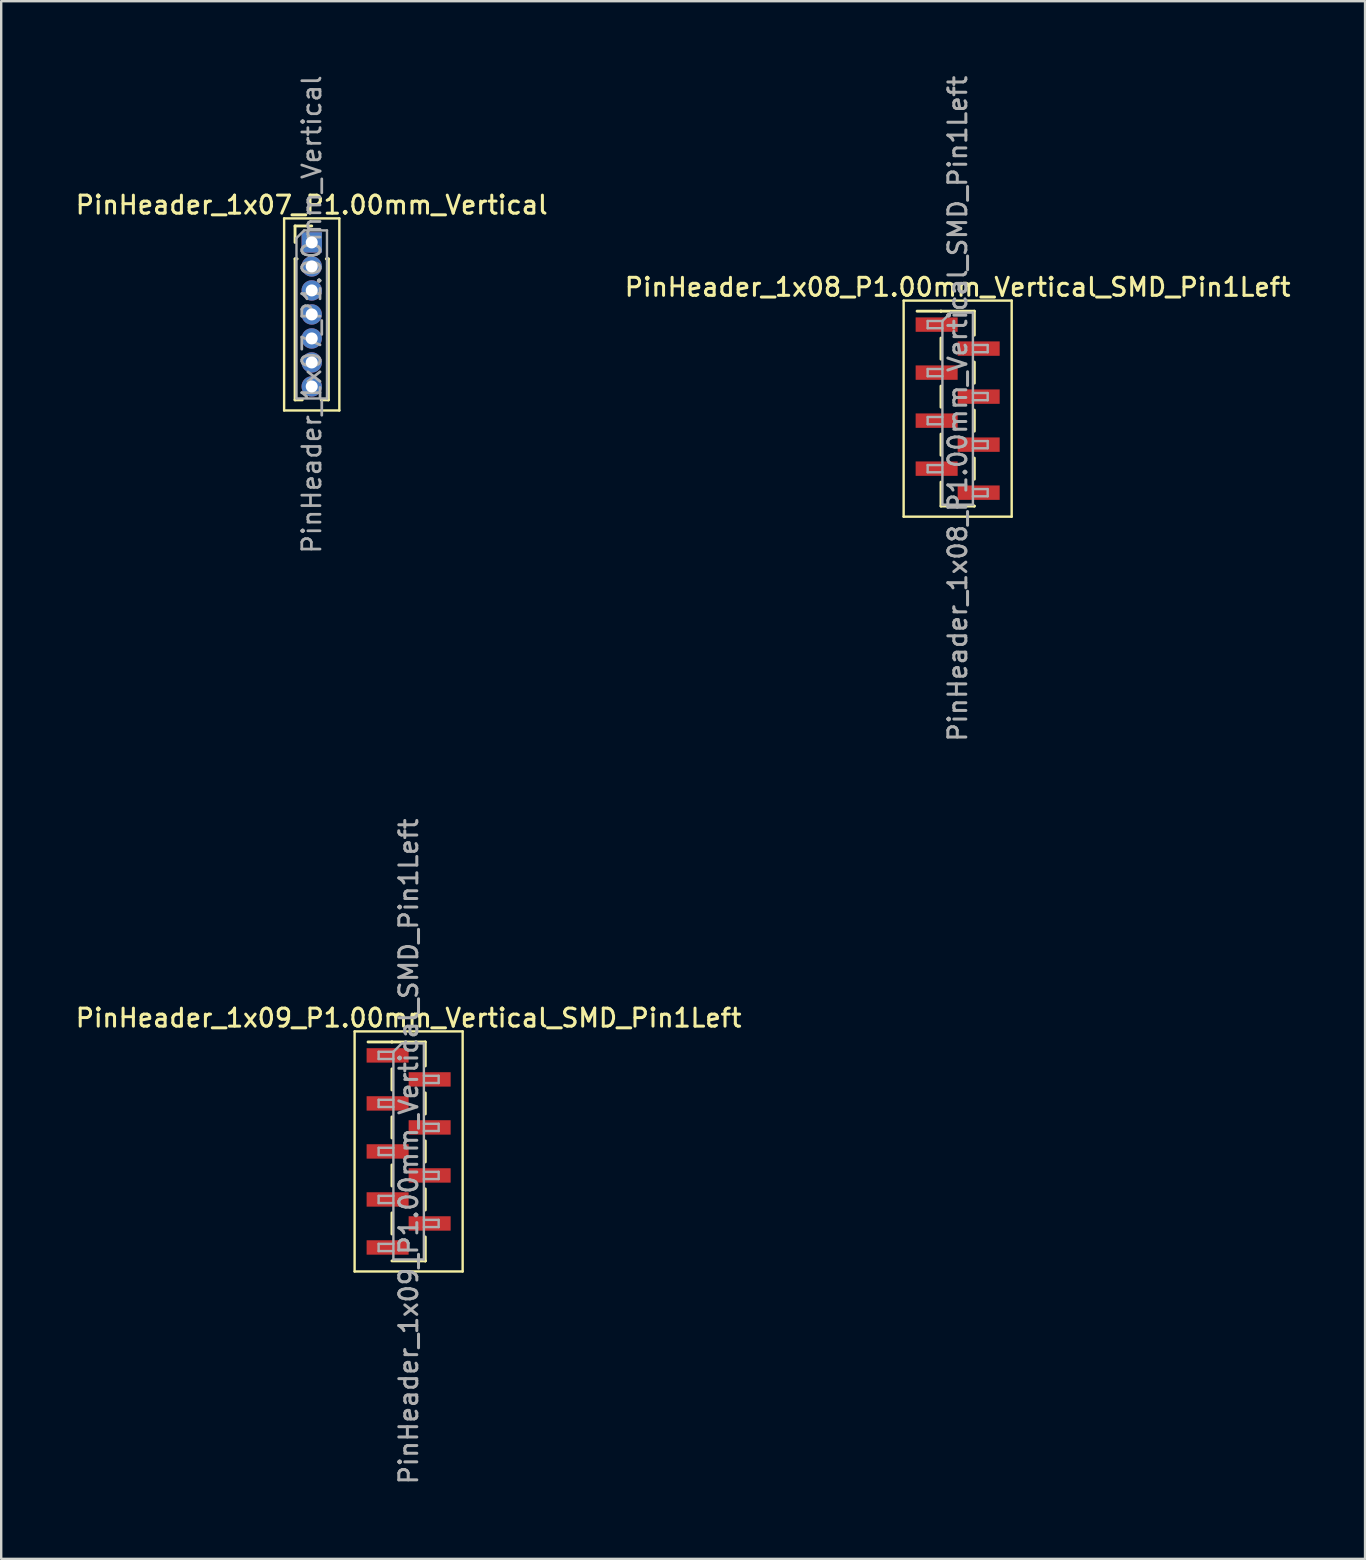
<source format=kicad_pcb>
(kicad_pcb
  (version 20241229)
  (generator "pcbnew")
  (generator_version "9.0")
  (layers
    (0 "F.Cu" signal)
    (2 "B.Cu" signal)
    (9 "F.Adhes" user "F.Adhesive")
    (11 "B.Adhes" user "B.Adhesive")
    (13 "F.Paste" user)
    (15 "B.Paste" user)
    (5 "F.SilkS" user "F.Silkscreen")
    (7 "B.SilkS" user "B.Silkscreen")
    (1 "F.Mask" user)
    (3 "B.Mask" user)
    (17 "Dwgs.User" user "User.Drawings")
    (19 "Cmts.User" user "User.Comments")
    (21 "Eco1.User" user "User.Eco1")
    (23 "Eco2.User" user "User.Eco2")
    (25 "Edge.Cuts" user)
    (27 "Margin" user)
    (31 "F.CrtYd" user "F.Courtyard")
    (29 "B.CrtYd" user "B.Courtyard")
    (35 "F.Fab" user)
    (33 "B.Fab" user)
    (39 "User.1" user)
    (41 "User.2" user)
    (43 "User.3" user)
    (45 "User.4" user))
  (footprint "PinHeader_1x09_P1.00mm_Vertical_SMD_Pin1Left"
    (layer "F.Cu")
    (at 13.97 44.909)
    (property "Reference" "PinHeader_1x09_P1.00mm_Vertical_SMD_Pin1Left" (at 0 -5.56 0) (layer "F.SilkS") (effects (font (size 0.75 0.75) (thickness 0.125))))
    (attr smd)
    (fp_line (start -2.25 -5) (end -2.25 5) (stroke (width 0.1) (type solid)) (layer "F.SilkS"))
    (fp_line (start -2.25 5) (end 2.25 5) (stroke (width 0.1) (type solid)) (layer "F.SilkS"))
    (fp_line (start -0.695 -4.56) (end -1.69 -4.56) (stroke (width 0.12) (type solid)) (layer "F.SilkS"))
    (fp_line (start -0.695 -4.56) (end -0.695 -4.56) (stroke (width 0.12) (type solid)) (layer "F.SilkS"))
    (fp_line (start -0.695 -4.56) (end 0.695 -4.56) (stroke (width 0.12) (type solid)) (layer "F.SilkS"))
    (fp_line (start -0.695 -3.44) (end -0.695 -2.56) (stroke (width 0.12) (type solid)) (layer "F.SilkS"))
    (fp_line (start -0.695 -1.44) (end -0.695 -0.56) (stroke (width 0.12) (type solid)) (layer "F.SilkS"))
    (fp_line (start -0.695 0.56) (end -0.695 1.44) (stroke (width 0.12) (type solid)) (layer "F.SilkS"))
    (fp_line (start -0.695 2.56) (end -0.695 3.44) (stroke (width 0.12) (type solid)) (layer "F.SilkS"))
    (fp_line (start -0.695 4.56) (end 0.695 4.56) (stroke (width 0.12) (type solid)) (layer "F.SilkS"))
    (fp_line (start 0.695 -4.56) (end 0.695 -3.56) (stroke (width 0.12) (type solid)) (layer "F.SilkS"))
    (fp_line (start 0.695 -2.44) (end 0.695 -1.56) (stroke (width 0.12) (type solid)) (layer "F.SilkS"))
    (fp_line (start 0.695 -0.44) (end 0.695 0.44) (stroke (width 0.12) (type solid)) (layer "F.SilkS"))
    (fp_line (start 0.695 1.56) (end 0.695 2.44) (stroke (width 0.12) (type solid)) (layer "F.SilkS"))
    (fp_line (start 0.695 3.56) (end 0.695 4.56) (stroke (width 0.12) (type solid)) (layer "F.SilkS"))
    (fp_line (start 0.695 4.56) (end 0.695 4.56) (stroke (width 0.12) (type solid)) (layer "F.SilkS"))
    (fp_line (start 2.25 -5) (end -2.25 -5) (stroke (width 0.1) (type solid)) (layer "F.SilkS"))
    (fp_line (start 2.25 5) (end 2.25 -5) (stroke (width 0.1) (type solid)) (layer "F.SilkS"))
    (fp_line (start -1.25 -4.15) (end -1.25 -3.85) (stroke (width 0.1) (type solid)) (layer "F.Fab"))
    (fp_line (start -1.25 -3.85) (end -0.635 -3.85) (stroke (width 0.1) (type solid)) (layer "F.Fab"))
    (fp_line (start -1.25 -2.15) (end -1.25 -1.85) (stroke (width 0.1) (type solid)) (layer "F.Fab"))
    (fp_line (start -1.25 -1.85) (end -0.635 -1.85) (stroke (width 0.1) (type solid)) (layer "F.Fab"))
    (fp_line (start -1.25 -0.15) (end -1.25 0.15) (stroke (width 0.1) (type solid)) (layer "F.Fab"))
    (fp_line (start -1.25 0.15) (end -0.635 0.15) (stroke (width 0.1) (type solid)) (layer "F.Fab"))
    (fp_line (start -1.25 1.85) (end -1.25 2.15) (stroke (width 0.1) (type solid)) (layer "F.Fab"))
    (fp_line (start -1.25 2.15) (end -0.635 2.15) (stroke (width 0.1) (type solid)) (layer "F.Fab"))
    (fp_line (start -1.25 3.85) (end -1.25 4.15) (stroke (width 0.1) (type solid)) (layer "F.Fab"))
    (fp_line (start -1.25 4.15) (end -0.635 4.15) (stroke (width 0.1) (type solid)) (layer "F.Fab"))
    (fp_line (start -0.635 -4.15) (end -1.25 -4.15) (stroke (width 0.1) (type solid)) (layer "F.Fab"))
    (fp_line (start -0.635 -4.15) (end -0.285 -4.5) (stroke (width 0.1) (type solid)) (layer "F.Fab"))
    (fp_line (start -0.635 -2.15) (end -1.25 -2.15) (stroke (width 0.1) (type solid)) (layer "F.Fab"))
    (fp_line (start -0.635 -0.15) (end -1.25 -0.15) (stroke (width 0.1) (type solid)) (layer "F.Fab"))
    (fp_line (start -0.635 1.85) (end -1.25 1.85) (stroke (width 0.1) (type solid)) (layer "F.Fab"))
    (fp_line (start -0.635 3.85) (end -1.25 3.85) (stroke (width 0.1) (type solid)) (layer "F.Fab"))
    (fp_line (start -0.635 4.5) (end -0.635 -4.15) (stroke (width 0.1) (type solid)) (layer "F.Fab"))
    (fp_line (start -0.285 -4.5) (end 0.635 -4.5) (stroke (width 0.1) (type solid)) (layer "F.Fab"))
    (fp_line (start 0.635 -4.5) (end 0.635 4.5) (stroke (width 0.1) (type solid)) (layer "F.Fab"))
    (fp_line (start 0.635 -3.15) (end 1.25 -3.15) (stroke (width 0.1) (type solid)) (layer "F.Fab"))
    (fp_line (start 0.635 -1.15) (end 1.25 -1.15) (stroke (width 0.1) (type solid)) (layer "F.Fab"))
    (fp_line (start 0.635 0.85) (end 1.25 0.85) (stroke (width 0.1) (type solid)) (layer "F.Fab"))
    (fp_line (start 0.635 2.85) (end 1.25 2.85) (stroke (width 0.1) (type solid)) (layer "F.Fab"))
    (fp_line (start 0.635 4.5) (end -0.635 4.5) (stroke (width 0.1) (type solid)) (layer "F.Fab"))
    (fp_line (start 1.25 -3.15) (end 1.25 -2.85) (stroke (width 0.1) (type solid)) (layer "F.Fab"))
    (fp_line (start 1.25 -2.85) (end 0.635 -2.85) (stroke (width 0.1) (type solid)) (layer "F.Fab"))
    (fp_line (start 1.25 -1.15) (end 1.25 -0.85) (stroke (width 0.1) (type solid)) (layer "F.Fab"))
    (fp_line (start 1.25 -0.85) (end 0.635 -0.85) (stroke (width 0.1) (type solid)) (layer "F.Fab"))
    (fp_line (start 1.25 0.85) (end 1.25 1.15) (stroke (width 0.1) (type solid)) (layer "F.Fab"))
    (fp_line (start 1.25 1.15) (end 0.635 1.15) (stroke (width 0.1) (type solid)) (layer "F.Fab"))
    (fp_line (start 1.25 2.85) (end 1.25 3.15) (stroke (width 0.1) (type solid)) (layer "F.Fab"))
    (fp_line (start 1.25 3.15) (end 0.635 3.15) (stroke (width 0.1) (type solid)) (layer "F.Fab"))
    (fp_text user "${REFERENCE}" (at 0 0 90) (layer "F.Fab") (effects (font (size 0.75 0.75) (thickness 0.125))))
    (pad "1" smd rect (at -0.875 -4) (size 1.75 0.6) (layers "F.Cu" "F.Mask" "F.Paste"))
    (pad "2" smd rect (at 0.875 -3) (size 1.75 0.6) (layers "F.Cu" "F.Mask" "F.Paste"))
    (pad "3" smd rect (at -0.875 -2) (size 1.75 0.6) (layers "F.Cu" "F.Mask" "F.Paste"))
    (pad "4" smd rect (at 0.875 -1) (size 1.75 0.6) (layers "F.Cu" "F.Mask" "F.Paste"))
    (pad "5" smd rect (at -0.875 0) (size 1.75 0.6) (layers "F.Cu" "F.Mask" "F.Paste"))
    (pad "6" smd rect (at 0.875 1) (size 1.75 0.6) (layers "F.Cu" "F.Mask" "F.Paste"))
    (pad "7" smd rect (at -0.875 2) (size 1.75 0.6) (layers "F.Cu" "F.Mask" "F.Paste"))
    (pad "8" smd rect (at 0.875 3) (size 1.75 0.6) (layers "F.Cu" "F.Mask" "F.Paste"))
    (pad "9" smd rect (at -0.875 4) (size 1.75 0.6) (layers "F.Cu" "F.Mask" "F.Paste")))
  (footprint "PinHeader_1x07_P1.00mm_Vertical"
    (layer "F.Cu")
    (at 9.934 7.047)
    (property "Reference" "PinHeader_1x07_P1.00mm_Vertical" (at 0 -1.56 0) (layer "F.SilkS") (effects (font (size 0.75 0.75) (thickness 0.125))))
    (attr through_hole)
    (fp_line (start -1.15 -1) (end -1.15 7) (stroke (width 0.1) (type solid)) (layer "F.SilkS"))
    (fp_line (start -1.15 7) (end 1.15 7) (stroke (width 0.1) (type solid)) (layer "F.SilkS"))
    (fp_line (start -0.695 -0.685) (end 0 -0.685) (stroke (width 0.12) (type solid)) (layer "F.SilkS"))
    (fp_line (start -0.695 0) (end -0.695 -0.685) (stroke (width 0.12) (type solid)) (layer "F.SilkS"))
    (fp_line (start -0.695 0.685) (end -0.695 6.56) (stroke (width 0.12) (type solid)) (layer "F.SilkS"))
    (fp_line (start -0.695 0.685) (end -0.608 0.685) (stroke (width 0.12) (type solid)) (layer "F.SilkS"))
    (fp_line (start -0.695 6.56) (end -0.394 6.56) (stroke (width 0.12) (type solid)) (layer "F.SilkS"))
    (fp_line (start 0.394 6.56) (end 0.695 6.56) (stroke (width 0.12) (type solid)) (layer "F.SilkS"))
    (fp_line (start 0.608 0.685) (end 0.695 0.685) (stroke (width 0.12) (type solid)) (layer "F.SilkS"))
    (fp_line (start 0.695 0.685) (end 0.695 6.56) (stroke (width 0.12) (type solid)) (layer "F.SilkS"))
    (fp_line (start 1.15 -1) (end -1.15 -1) (stroke (width 0.1) (type solid)) (layer "F.SilkS"))
    (fp_line (start 1.15 7) (end 1.15 -1) (stroke (width 0.1) (type solid)) (layer "F.SilkS"))
    (fp_line (start -0.635 -0.182) (end -0.318 -0.5) (stroke (width 0.1) (type solid)) (layer "F.Fab"))
    (fp_line (start -0.635 6.5) (end -0.635 -0.182) (stroke (width 0.1) (type solid)) (layer "F.Fab"))
    (fp_line (start -0.318 -0.5) (end 0.635 -0.5) (stroke (width 0.1) (type solid)) (layer "F.Fab"))
    (fp_line (start 0.635 -0.5) (end 0.635 6.5) (stroke (width 0.1) (type solid)) (layer "F.Fab"))
    (fp_line (start 0.635 6.5) (end -0.635 6.5) (stroke (width 0.1) (type solid)) (layer "F.Fab"))
    (fp_text user "${REFERENCE}" (at 0 3 90) (layer "F.Fab") (effects (font (size 0.76 0.76) (thickness 0.114))))
    (pad "1" thru_hole rect (at 0 0) (size 0.85 0.85) (drill 0.5) (layers "*.Cu" "*.Mask"))
    (pad "2" thru_hole oval (at 0 1) (size 0.85 0.85) (drill 0.5) (layers "*.Cu" "*.Mask"))
    (pad "3" thru_hole oval (at 0 2) (size 0.85 0.85) (drill 0.5) (layers "*.Cu" "*.Mask"))
    (pad "4" thru_hole oval (at 0 3) (size 0.85 0.85) (drill 0.5) (layers "*.Cu" "*.Mask"))
    (pad "5" thru_hole oval (at 0 4) (size 0.85 0.85) (drill 0.5) (layers "*.Cu" "*.Mask"))
    (pad "6" thru_hole oval (at 0 5) (size 0.85 0.85) (drill 0.5) (layers "*.Cu" "*.Mask"))
    (pad "7" thru_hole oval (at 0 6) (size 0.85 0.85) (drill 0.5) (layers "*.Cu" "*.Mask")))
  (footprint "PinHeader_1x08_P1.00mm_Vertical_SMD_Pin1Left"
    (layer "F.Cu")
    (at 36.838 13.97)
    (property "Reference" "PinHeader_1x08_P1.00mm_Vertical_SMD_Pin1Left" (at 0 -5.06 0) (layer "F.SilkS") (effects (font (size 0.75 0.75) (thickness 0.125))))
    (attr smd)
    (fp_line (start -2.25 -4.5) (end -2.25 4.5) (stroke (width 0.1) (type solid)) (layer "F.SilkS"))
    (fp_line (start -2.25 4.5) (end 2.25 4.5) (stroke (width 0.1) (type solid)) (layer "F.SilkS"))
    (fp_line (start -0.695 -4.06) (end -1.69 -4.06) (stroke (width 0.12) (type solid)) (layer "F.SilkS"))
    (fp_line (start -0.695 -4.06) (end -0.695 -4.06) (stroke (width 0.12) (type solid)) (layer "F.SilkS"))
    (fp_line (start -0.695 -4.06) (end 0.695 -4.06) (stroke (width 0.12) (type solid)) (layer "F.SilkS"))
    (fp_line (start -0.695 -2.94) (end -0.695 -2.06) (stroke (width 0.12) (type solid)) (layer "F.SilkS"))
    (fp_line (start -0.695 -0.94) (end -0.695 -0.06) (stroke (width 0.12) (type solid)) (layer "F.SilkS"))
    (fp_line (start -0.695 1.06) (end -0.695 1.94) (stroke (width 0.12) (type solid)) (layer "F.SilkS"))
    (fp_line (start -0.695 3.06) (end -0.695 4.06) (stroke (width 0.12) (type solid)) (layer "F.SilkS"))
    (fp_line (start -0.695 4.06) (end 0.695 4.06) (stroke (width 0.12) (type solid)) (layer "F.SilkS"))
    (fp_line (start 0.695 -4.06) (end 0.695 -3.06) (stroke (width 0.12) (type solid)) (layer "F.SilkS"))
    (fp_line (start 0.695 -1.94) (end 0.695 -1.06) (stroke (width 0.12) (type solid)) (layer "F.SilkS"))
    (fp_line (start 0.695 0.06) (end 0.695 0.94) (stroke (width 0.12) (type solid)) (layer "F.SilkS"))
    (fp_line (start 0.695 2.06) (end 0.695 2.94) (stroke (width 0.12) (type solid)) (layer "F.SilkS"))
    (fp_line (start 0.695 4.06) (end 0.695 4.06) (stroke (width 0.12) (type solid)) (layer "F.SilkS"))
    (fp_line (start 2.25 -4.5) (end -2.25 -4.5) (stroke (width 0.1) (type solid)) (layer "F.SilkS"))
    (fp_line (start 2.25 4.5) (end 2.25 -4.5) (stroke (width 0.1) (type solid)) (layer "F.SilkS"))
    (fp_line (start -1.25 -3.65) (end -1.25 -3.35) (stroke (width 0.1) (type solid)) (layer "F.Fab"))
    (fp_line (start -1.25 -3.35) (end -0.635 -3.35) (stroke (width 0.1) (type solid)) (layer "F.Fab"))
    (fp_line (start -1.25 -1.65) (end -1.25 -1.35) (stroke (width 0.1) (type solid)) (layer "F.Fab"))
    (fp_line (start -1.25 -1.35) (end -0.635 -1.35) (stroke (width 0.1) (type solid)) (layer "F.Fab"))
    (fp_line (start -1.25 0.35) (end -1.25 0.65) (stroke (width 0.1) (type solid)) (layer "F.Fab"))
    (fp_line (start -1.25 0.65) (end -0.635 0.65) (stroke (width 0.1) (type solid)) (layer "F.Fab"))
    (fp_line (start -1.25 2.35) (end -1.25 2.65) (stroke (width 0.1) (type solid)) (layer "F.Fab"))
    (fp_line (start -1.25 2.65) (end -0.635 2.65) (stroke (width 0.1) (type solid)) (layer "F.Fab"))
    (fp_line (start -0.635 -3.65) (end -1.25 -3.65) (stroke (width 0.1) (type solid)) (layer "F.Fab"))
    (fp_line (start -0.635 -3.65) (end -0.285 -4) (stroke (width 0.1) (type solid)) (layer "F.Fab"))
    (fp_line (start -0.635 -1.65) (end -1.25 -1.65) (stroke (width 0.1) (type solid)) (layer "F.Fab"))
    (fp_line (start -0.635 0.35) (end -1.25 0.35) (stroke (width 0.1) (type solid)) (layer "F.Fab"))
    (fp_line (start -0.635 2.35) (end -1.25 2.35) (stroke (width 0.1) (type solid)) (layer "F.Fab"))
    (fp_line (start -0.635 4) (end -0.635 -3.65) (stroke (width 0.1) (type solid)) (layer "F.Fab"))
    (fp_line (start -0.285 -4) (end 0.635 -4) (stroke (width 0.1) (type solid)) (layer "F.Fab"))
    (fp_line (start 0.635 -4) (end 0.635 4) (stroke (width 0.1) (type solid)) (layer "F.Fab"))
    (fp_line (start 0.635 -2.65) (end 1.25 -2.65) (stroke (width 0.1) (type solid)) (layer "F.Fab"))
    (fp_line (start 0.635 -0.65) (end 1.25 -0.65) (stroke (width 0.1) (type solid)) (layer "F.Fab"))
    (fp_line (start 0.635 1.35) (end 1.25 1.35) (stroke (width 0.1) (type solid)) (layer "F.Fab"))
    (fp_line (start 0.635 3.35) (end 1.25 3.35) (stroke (width 0.1) (type solid)) (layer "F.Fab"))
    (fp_line (start 0.635 4) (end -0.635 4) (stroke (width 0.1) (type solid)) (layer "F.Fab"))
    (fp_line (start 1.25 -2.65) (end 1.25 -2.35) (stroke (width 0.1) (type solid)) (layer "F.Fab"))
    (fp_line (start 1.25 -2.35) (end 0.635 -2.35) (stroke (width 0.1) (type solid)) (layer "F.Fab"))
    (fp_line (start 1.25 -0.65) (end 1.25 -0.35) (stroke (width 0.1) (type solid)) (layer "F.Fab"))
    (fp_line (start 1.25 -0.35) (end 0.635 -0.35) (stroke (width 0.1) (type solid)) (layer "F.Fab"))
    (fp_line (start 1.25 1.35) (end 1.25 1.65) (stroke (width 0.1) (type solid)) (layer "F.Fab"))
    (fp_line (start 1.25 1.65) (end 0.635 1.65) (stroke (width 0.1) (type solid)) (layer "F.Fab"))
    (fp_line (start 1.25 3.35) (end 1.25 3.65) (stroke (width 0.1) (type solid)) (layer "F.Fab"))
    (fp_line (start 1.25 3.65) (end 0.635 3.65) (stroke (width 0.1) (type solid)) (layer "F.Fab"))
    (fp_text user "${REFERENCE}" (at 0 0 90) (layer "F.Fab") (effects (font (size 0.75 0.75) (thickness 0.125))))
    (pad "1" smd rect (at -0.875 -3.5) (size 1.75 0.6) (layers "F.Cu" "F.Mask" "F.Paste"))
    (pad "2" smd rect (at 0.875 -2.5) (size 1.75 0.6) (layers "F.Cu" "F.Mask" "F.Paste"))
    (pad "3" smd rect (at -0.875 -1.5) (size 1.75 0.6) (layers "F.Cu" "F.Mask" "F.Paste"))
    (pad "4" smd rect (at 0.875 -0.5) (size 1.75 0.6) (layers "F.Cu" "F.Mask" "F.Paste"))
    (pad "5" smd rect (at -0.875 0.5) (size 1.75 0.6) (layers "F.Cu" "F.Mask" "F.Paste"))
    (pad "6" smd rect (at 0.875 1.5) (size 1.75 0.6) (layers "F.Cu" "F.Mask" "F.Paste"))
    (pad "7" smd rect (at -0.875 2.5) (size 1.75 0.6) (layers "F.Cu" "F.Mask" "F.Paste"))
    (pad "8" smd rect (at 0.875 3.5) (size 1.75 0.6) (layers "F.Cu" "F.Mask" "F.Paste")))
  (gr_rect
    (start -3 -3)
    (end 53.807 61.879)
    (stroke (width 0.1) (type default))
    (fill no)
    (layer "Edge.Cuts")))
</source>
